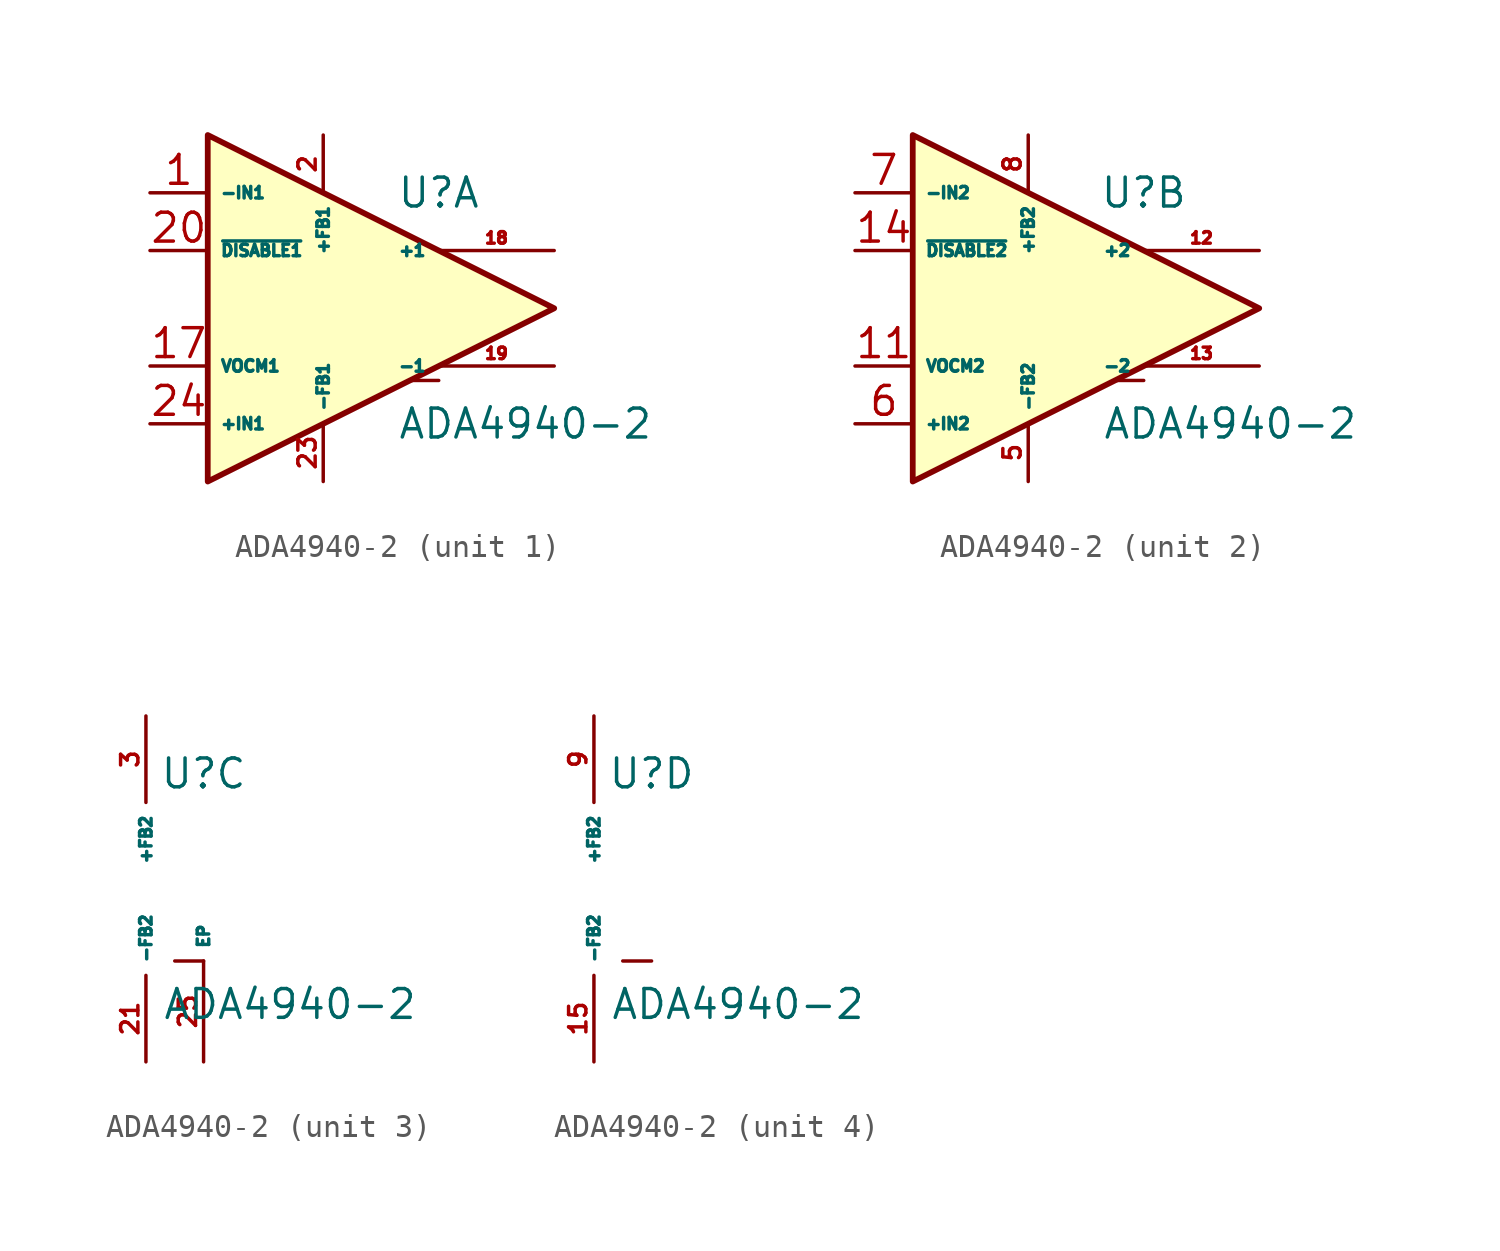
<source format=kicad_sym>
(kicad_symbol_lib
  (version 20220914)
  (generator kicad_symbol_editor)
  (symbol "ADA4940-2"
    (property "Reference" "U"
      (at 5.08 5.08 0)
      (effects (font (size 1.27 1.27))))
    (property "Value" "ADA4940-2"
      (at 8.89 -5.08 0)
      (effects (font (size 1.27 1.27))))
    (symbol "ADA4940-2_0_1"
      (polyline (pts (xy 5.08 -3.175) (xy 3.81 -3.175)) (stroke (width 0) (type default)) (fill (type none))))
    (symbol "ADA4940-2_1_1"
      (polyline (pts (xy -5.08 7.62) (xy -5.08 -7.62) (xy 10.16 0) (xy -5.08 7.62)) (stroke (width 0.254) (type default)) (fill (type background)))
      (pin input line (at -7.62 5.08 0) (length 2.54) (name "-IN1" (effects (font (size 0.508 0.508)))) (number "1" (effects (font (size 1.27 1.27)))))
      (pin input line (at -7.62 -2.54 0) (length 2.54) (name "VOCM1" (effects (font (size 0.508 0.508)))) (number "17" (effects (font (size 1.27 1.27)))))
      (pin output line (at 10.16 2.54 180) (length 5.08) (name "+1" (effects (font (size 0.508 0.508)))) (number "18" (effects (font (size 0.508 0.508)))))
      (pin output line (at 10.16 -2.54 180) (length 5.08) (name "-1" (effects (font (size 0.508 0.508)))) (number "19" (effects (font (size 0.508 0.508)))))
      (pin input line (at 0 7.62 270) (length 2.54) (name "+FB1" (effects (font (size 0.508 0.508)))) (number "2" (effects (font (size 0.762 0.762)))))
      (pin input line (at -7.62 2.54 0) (length 2.54) (name "~{DISABLE1}" (effects (font (size 0.508 0.508)))) (number "20" (effects (font (size 1.27 1.27)))))
      (pin input line (at 0 -7.62 90) (length 2.54) (name "-FB1" (effects (font (size 0.508 0.508)))) (number "23" (effects (font (size 0.762 0.762)))))
      (pin input line (at -7.62 -5.08 0) (length 2.54) (name "+IN1" (effects (font (size 0.508 0.508)))) (number "24" (effects (font (size 1.27 1.27))))))
    (symbol "ADA4940-2_2_1"
      (polyline (pts (xy -5.08 7.62) (xy -5.08 -7.62) (xy 10.16 0) (xy -5.08 7.62)) (stroke (width 0.254) (type default)) (fill (type background)))
      (pin input line (at -7.62 -2.54 0) (length 2.54) (name "VOCM2" (effects (font (size 0.508 0.508)))) (number "11" (effects (font (size 1.27 1.27)))))
      (pin output line (at 10.16 2.54 180) (length 5.08) (name "+2" (effects (font (size 0.508 0.508)))) (number "12" (effects (font (size 0.508 0.508)))))
      (pin output line (at 10.16 -2.54 180) (length 5.08) (name "-2" (effects (font (size 0.508 0.508)))) (number "13" (effects (font (size 0.508 0.508)))))
      (pin input line (at -7.62 2.54 0) (length 2.54) (name "~{DISABLE2}" (effects (font (size 0.508 0.508)))) (number "14" (effects (font (size 1.27 1.27)))))
      (pin input line (at 0 -7.62 90) (length 2.54) (name "-FB2" (effects (font (size 0.508 0.508)))) (number "5" (effects (font (size 0.762 0.762)))))
      (pin input line (at -7.62 -5.08 0) (length 2.54) (name "+IN2" (effects (font (size 0.508 0.508)))) (number "6" (effects (font (size 1.27 1.27)))))
      (pin input line (at -7.62 5.08 0) (length 2.54) (name "-IN2" (effects (font (size 0.508 0.508)))) (number "7" (effects (font (size 1.27 1.27)))))
      (pin input line (at 0 7.62 270) (length 2.54) (name "+FB2" (effects (font (size 0.508 0.508)))) (number "8" (effects (font (size 0.762 0.762))))))
    (symbol "ADA4940-2_3_1"
      (pin input line (at 2.54 -7.62 90) (length 3.81) (name "-FB2" (effects (font (size 0.508 0.508)))) (number "21" (effects (font (size 0.762 0.762)))))
      (pin input line (at 2.54 -7.62 90) (length 3.81) hide (name "-FB2" (effects (font (size 0.508 0.508)))) (number "22" (effects (font (size 0.762 0.762)))))
      (pin passive line (at 5.08 -7.62 90) (length 4.445) (name "EP" (effects (font (size 0.508 0.508)))) (number "25" (effects (font (size 0.762 0.762)))))
      (pin input line (at 2.54 7.62 270) (length 3.81) (name "+FB2" (effects (font (size 0.508 0.508)))) (number "3" (effects (font (size 0.762 0.762)))))
      (pin input line (at 2.54 7.62 270) (length 3.81) hide (name "+FB2" (effects (font (size 0.508 0.508)))) (number "4" (effects (font (size 0.762 0.762))))))
    (symbol "ADA4940-2_4_1"
      (pin input line (at 2.54 7.62 270) (length 3.81) hide (name "+FB2" (effects (font (size 0.508 0.508)))) (number "10" (effects (font (size 0.762 0.762)))))
      (pin input line (at 2.54 -7.62 90) (length 3.81) (name "-FB2" (effects (font (size 0.508 0.508)))) (number "15" (effects (font (size 0.762 0.762)))))
      (pin input line (at 2.54 -7.62 90) (length 3.81) hide (name "-FB2" (effects (font (size 0.508 0.508)))) (number "16" (effects (font (size 0.762 0.762)))))
      (pin input line (at 2.54 7.62 270) (length 3.81) (name "+FB2" (effects (font (size 0.508 0.508)))) (number "9" (effects (font (size 0.762 0.762))))))))
</source>
